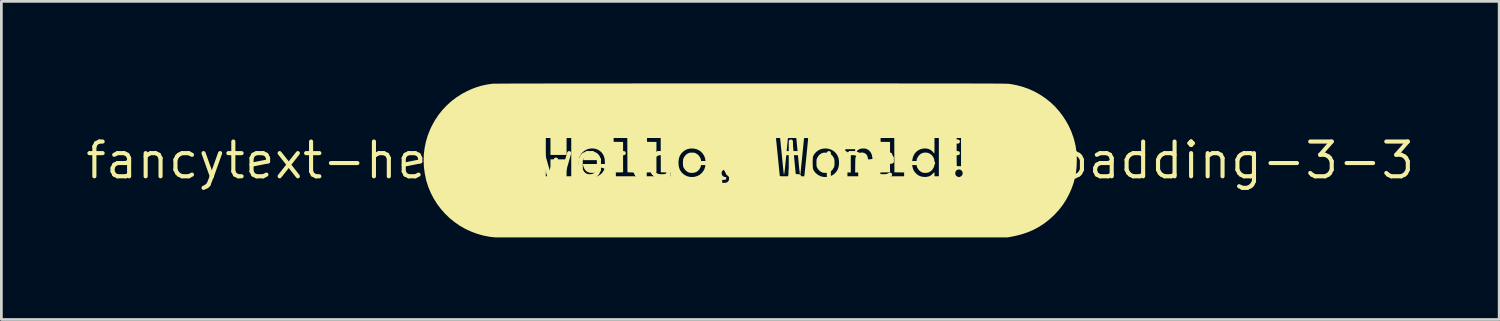
<source format=kicad_pcb>
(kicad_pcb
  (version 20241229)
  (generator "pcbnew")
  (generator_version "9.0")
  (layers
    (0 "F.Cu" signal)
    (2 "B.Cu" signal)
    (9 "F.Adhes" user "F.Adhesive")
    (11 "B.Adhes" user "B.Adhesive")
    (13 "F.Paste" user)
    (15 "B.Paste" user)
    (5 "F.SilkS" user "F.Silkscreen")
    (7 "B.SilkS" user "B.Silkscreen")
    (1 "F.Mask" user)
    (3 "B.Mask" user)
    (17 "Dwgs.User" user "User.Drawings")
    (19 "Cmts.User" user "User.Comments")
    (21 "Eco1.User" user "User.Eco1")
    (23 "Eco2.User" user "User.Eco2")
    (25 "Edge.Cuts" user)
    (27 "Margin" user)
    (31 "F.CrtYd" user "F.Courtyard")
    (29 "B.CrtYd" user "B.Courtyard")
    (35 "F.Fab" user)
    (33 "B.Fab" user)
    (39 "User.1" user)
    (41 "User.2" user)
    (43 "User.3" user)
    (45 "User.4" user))
  (footprint "fancytext-hello-world-outline-fill-padding-3-3"
    (layer "F.Cu")
    (at 24.379 2.815)
    (property "Reference" "fancytext-hello-world-outline-fill-padding-3-3" (at 0 0 0) (layer "F.SilkS") (effects (font (size 1.27 1.27) (thickness 0.15))))
    (attr board_only exclude_from_pos_files exclude_from_bom)
    (fp_poly (pts (xy -6.105 -0.033) (xy -6.101 -0.054) (xy -6.089 -0.085) (xy -6.074 -0.119) (xy -6.033 -0.181) (xy -5.981 -0.229) (xy -5.92 -0.263) (xy -5.853 -0.284) (xy -5.784 -0.29) (xy -5.715 -0.283) (xy -5.65 -0.262) (xy -5.59 -0.227) (xy -5.539 -0.178) (xy -5.499 -0.116) (xy -5.499 -0.115) (xy -5.485 -0.081) (xy -5.477 -0.051) (xy -5.475 -0.037) (xy -5.475 -0.01) (xy -5.79 -0.01) (xy -6.105 -0.01) (xy -6.105 -0.033)) (stroke (width 0) (type solid)) (fill yes) (layer "F.SilkS"))
    (fp_poly (pts (xy 6.31 0.447) (xy 6.237 0.414) (xy 6.179 0.369) (xy 6.132 0.31) (xy 6.108 0.265) (xy 6.096 0.238) (xy 6.088 0.213) (xy 6.083 0.187) (xy 6.081 0.153) (xy 6.08 0.107) (xy 6.08 0.085) (xy 6.08 0.033) (xy 6.082 -0.004) (xy 6.085 -0.032) (xy 6.092 -0.055) (xy 6.102 -0.081) (xy 6.112 -0.101) (xy 6.157 -0.172) (xy 6.213 -0.226) (xy 6.279 -0.265) (xy 6.289 -0.269) (xy 6.366 -0.287) (xy 6.442 -0.287) (xy 6.515 -0.27) (xy 6.582 -0.236) (xy 6.641 -0.187) (xy 6.687 -0.124) (xy 6.701 -0.098) (xy 6.713 -0.069) (xy 6.722 -0.045) (xy 6.727 -0.018) (xy 6.729 0.015) (xy 6.73 0.06) (xy 6.73 0.085) (xy 6.73 0.138) (xy 6.728 0.176) (xy 6.724 0.205) (xy 6.717 0.229) (xy 6.707 0.254) (xy 6.704 0.261) (xy 6.66 0.334) (xy 6.606 0.39) (xy 6.541 0.43) (xy 6.466 0.452) (xy 6.422 0.456) (xy 6.373 0.456) (xy 6.33 0.452) (xy 6.31 0.447)) (stroke (width 0) (type solid)) (fill yes) (layer "F.SilkS"))
    (fp_poly (pts (xy -2.232 0.446) (xy -2.305 0.413) (xy -2.366 0.363) (xy -2.417 0.297) (xy -2.432 0.27) (xy -2.444 0.246) (xy -2.452 0.224) (xy -2.456 0.2) (xy -2.459 0.169) (xy -2.46 0.127) (xy -2.46 0.09) (xy -2.46 0.036) (xy -2.458 -0.003) (xy -2.455 -0.032) (xy -2.449 -0.056) (xy -2.439 -0.079) (xy -2.434 -0.091) (xy -2.39 -0.164) (xy -2.334 -0.221) (xy -2.277 -0.257) (xy -2.245 -0.271) (xy -2.217 -0.28) (xy -2.185 -0.284) (xy -2.141 -0.285) (xy -2.13 -0.285) (xy -2.081 -0.284) (xy -2.045 -0.28) (xy -2.017 -0.272) (xy -1.994 -0.262) (xy -1.924 -0.218) (xy -1.869 -0.162) (xy -1.833 -0.102) (xy -1.819 -0.073) (xy -1.81 -0.049) (xy -1.804 -0.024) (xy -1.801 0.006) (xy -1.8 0.046) (xy -1.8 0.085) (xy -1.8 0.138) (xy -1.802 0.176) (xy -1.806 0.204) (xy -1.813 0.229) (xy -1.823 0.254) (xy -1.826 0.261) (xy -1.869 0.334) (xy -1.923 0.389) (xy -1.987 0.428) (xy -2.062 0.45) (xy -2.112 0.456) (xy -2.172 0.456) (xy -2.221 0.449) (xy -2.232 0.446)) (stroke (width 0) (type solid)) (fill yes) (layer "F.SilkS"))
    (fp_poly (pts (xy 2.648 0.446) (xy 2.575 0.413) (xy 2.514 0.363) (xy 2.463 0.297) (xy 2.448 0.27) (xy 2.436 0.246) (xy 2.428 0.224) (xy 2.424 0.2) (xy 2.421 0.169) (xy 2.42 0.127) (xy 2.42 0.09) (xy 2.42 0.036) (xy 2.422 -0.003) (xy 2.425 -0.032) (xy 2.431 -0.056) (xy 2.441 -0.079) (xy 2.446 -0.091) (xy 2.49 -0.164) (xy 2.546 -0.221) (xy 2.603 -0.257) (xy 2.635 -0.271) (xy 2.663 -0.28) (xy 2.695 -0.284) (xy 2.739 -0.285) (xy 2.75 -0.285) (xy 2.799 -0.284) (xy 2.835 -0.28) (xy 2.863 -0.272) (xy 2.886 -0.262) (xy 2.956 -0.218) (xy 3.011 -0.162) (xy 3.047 -0.102) (xy 3.061 -0.073) (xy 3.07 -0.049) (xy 3.076 -0.024) (xy 3.079 0.006) (xy 3.08 0.046) (xy 3.08 0.085) (xy 3.08 0.138) (xy 3.078 0.176) (xy 3.074 0.204) (xy 3.067 0.229) (xy 3.057 0.254) (xy 3.054 0.261) (xy 3.011 0.334) (xy 2.957 0.389) (xy 2.893 0.428) (xy 2.818 0.45) (xy 2.768 0.456) (xy 2.708 0.456) (xy 2.659 0.449) (xy 2.648 0.446)) (stroke (width 0) (type solid)) (fill yes) (layer "F.SilkS"))
    (fp_poly (pts (xy 1.513 -2.815) (xy 1.976 -2.815) (xy 2.421 -2.815) (xy 2.847 -2.815) (xy 3.256 -2.815) (xy 3.647 -2.815) (xy 4.021 -2.815) (xy 4.379 -2.815) (xy 4.72 -2.815) (xy 5.046 -2.815) (xy 5.357 -2.815) (xy 5.652 -2.814) (xy 5.933 -2.814) (xy 6.199 -2.814) (xy 6.451 -2.814) (xy 6.69 -2.814) (xy 6.916 -2.814) (xy 7.129 -2.814) (xy 7.33 -2.813) (xy 7.519 -2.813) (xy 7.696 -2.813) (xy 7.862 -2.813) (xy 8.017 -2.813) (xy 8.161 -2.812) (xy 8.296 -2.812) (xy 8.421 -2.812) (xy 8.536 -2.811) (xy 8.643 -2.811) (xy 8.741 -2.811) (xy 8.83 -2.81) (xy 8.912 -2.81) (xy 8.987 -2.809) (xy 9.055 -2.809) (xy 9.116 -2.808) (xy 9.17 -2.808) (xy 9.219 -2.807) (xy 9.262 -2.807) (xy 9.3 -2.806) (xy 9.334 -2.805) (xy 9.363 -2.804) (xy 9.388 -2.804) (xy 9.41 -2.803) (xy 9.428 -2.802) (xy 9.443 -2.801) (xy 9.456 -2.801) (xy 9.467 -2.8) (xy 9.476 -2.799) (xy 9.484 -2.798) (xy 9.49 -2.797) (xy 9.732 -2.752) (xy 9.962 -2.691) (xy 10.181 -2.613) (xy 10.39 -2.519) (xy 10.591 -2.407) (xy 10.784 -2.278) (xy 10.969 -2.13) (xy 10.97 -2.13) (xy 11.131 -1.979) (xy 11.281 -1.812) (xy 11.419 -1.633) (xy 11.543 -1.443) (xy 11.652 -1.244) (xy 11.744 -1.039) (xy 11.818 -0.829) (xy 11.834 -0.775) (xy 11.872 -0.627) (xy 11.901 -0.486) (xy 11.921 -0.348) (xy 11.933 -0.205) (xy 11.938 -0.051) (xy 11.938 0) (xy 11.931 0.22) (xy 11.91 0.429) (xy 11.872 0.631) (xy 11.819 0.829) (xy 11.748 1.026) (xy 11.659 1.227) (xy 11.645 1.255) (xy 11.541 1.448) (xy 11.423 1.629) (xy 11.289 1.802) (xy 11.138 1.968) (xy 11.111 1.996) (xy 10.939 2.154) (xy 10.76 2.295) (xy 10.571 2.419) (xy 10.373 2.527) (xy 10.164 2.619) (xy 9.943 2.695) (xy 9.71 2.756) (xy 9.525 2.793) (xy 9.4 2.814) (xy 0.06 2.815) (xy -0.372 2.815) (xy -0.799 2.815) (xy -1.221 2.815) (xy -1.638 2.815) (xy -2.048 2.815) (xy -2.452 2.815) (xy -3.619 2.815) (xy -3.992 2.815) (xy -4.356 2.815) (xy -4.711 2.815) (xy -5.057 2.815) (xy -5.392 2.815) (xy -5.717 2.815) (xy -6.031 2.815) (xy -6.334 2.815) (xy -6.624 2.815) (xy -6.903 2.815) (xy -7.168 2.815) (xy -7.421 2.815) (xy -7.66 2.815) (xy -7.885 2.815) (xy -8.095 2.815) (xy -8.29 2.814) (xy -8.471 2.814) (xy -8.635 2.814) (xy -8.783 2.814) (xy -8.914 2.814) (xy -9.028 2.814) (xy -9.125 2.814) (xy -9.203 2.814) (xy -9.263 2.813) (xy -9.305 2.813) (xy -9.326 2.813) (xy -9.33 2.813) (xy -9.544 2.789) (xy -9.76 2.746) (xy -9.975 2.686) (xy -10.186 2.609) (xy -10.391 2.516) (xy -10.424 2.499) (xy -10.624 2.384) (xy -10.814 2.253) (xy -10.992 2.108) (xy -11.158 1.948) (xy -11.31 1.776) (xy -11.448 1.593) (xy -11.57 1.399) (xy -11.676 1.196) (xy -11.765 0.985) (xy -11.836 0.768) (xy -11.849 0.719) (xy -11.899 0.483) (xy -11.931 0.247) (xy -11.942 0.012) (xy -11.934 -0.222) (xy -11.906 -0.453) (xy -11.859 -0.682) (xy -11.818 -0.82) (xy -7.475 -0.82) (xy -7.475 0.58) (xy -7.305 0.58) (xy -7.305 -0.04) (xy -6.715 -0.04) (xy -6.715 0.58) (xy -6.545 0.58) (xy -6.545 0.07) (xy -6.268 0.07) (xy -6.264 0.171) (xy -6.249 0.258) (xy -6.223 0.333) (xy -6.184 0.401) (xy -6.131 0.465) (xy -6.125 0.471) (xy -6.051 0.532) (xy -5.969 0.575) (xy -5.878 0.601) (xy -5.779 0.608) (xy -5.687 0.6) (xy -5.61 0.583) (xy -5.545 0.557) (xy -5.488 0.521) (xy -5.451 0.49) (xy -5.415 0.452) (xy -5.407 0.44) (xy -5.005 0.44) (xy -5.005 0.58) (xy -4.135 0.58) (xy -4.135 0.44) (xy -3.785 0.44) (xy -3.785 0.58) (xy -2.915 0.58) (xy -2.915 0.44) (xy -3.27 0.435) (xy -3.271 0.085) (xy -2.625 0.085) (xy -2.618 0.19) (xy -2.598 0.282) (xy -2.563 0.362) (xy -2.513 0.434) (xy -2.471 0.477) (xy -2.393 0.536) (xy -2.306 0.578) (xy -2.212 0.602) (xy -2.114 0.607) (xy -2.023 0.596) (xy -1.933 0.569) (xy -1.854 0.528) (xy -1.792 0.477) (xy -1.047 0.477) (xy -1.037 0.521) (xy -1.026 0.543) (xy -0.998 0.575) (xy -0.96 0.598) (xy -0.92 0.608) (xy -0.907 0.608) (xy -0.887 0.609) (xy -0.879 0.621) (xy -0.877 0.633) (xy -0.88 0.663) (xy -0.889 0.686) (xy -0.901 0.7) (xy -0.917 0.707) (xy -0.943 0.71) (xy -0.965 0.71) (xy -1.025 0.71) (xy -1.025 0.82) (xy -0.958 0.82) (xy -0.899 0.816) (xy -0.856 0.803) (xy -0.855 0.802) (xy -0.826 0.782) (xy -0.8 0.754) (xy -0.798 0.751) (xy -0.789 0.736) (xy -0.782 0.72) (xy -0.778 0.7) (xy -0.776 0.671) (xy -0.775 0.63) (xy -0.775 0.573) (xy -0.776 0.506) (xy -0.779 0.455) (xy -0.785 0.418) (xy -0.795 0.391) (xy -0.81 0.371) (xy -0.83 0.354) (xy -0.838 0.35) (xy -0.883 0.333) (xy -0.932 0.333) (xy -0.978 0.348) (xy -1.017 0.378) (xy -1.03 0.394) (xy -1.045 0.432) (xy -1.047 0.477) (xy -1.792 0.477) (xy -1.784 0.471) (xy -1.779 0.466) (xy -1.72 0.395) (xy -1.677 0.317) (xy -1.649 0.229) (xy -1.636 0.13) (xy -1.635 0.085) (xy -1.639 0.002) (xy -1.651 -0.07) (xy -1.673 -0.138) (xy -1.686 -0.166) (xy -1.735 -0.248) (xy -1.799 -0.317) (xy -1.875 -0.371) (xy -1.962 -0.41) (xy -2.059 -0.432) (xy -2.1 -0.437) (xy -2.201 -0.434) (xy -2.296 -0.413) (xy -2.383 -0.374) (xy -2.462 -0.316) (xy -2.476 -0.303) (xy -2.536 -0.235) (xy -2.58 -0.159) (xy -2.608 -0.073) (xy -2.623 0.024) (xy -2.625 0.085) (xy -3.271 0.085) (xy -3.273 -0.193) (xy -3.275 -0.805) (xy 0.94 -0.805) (xy 0.941 -0.802) (xy 0.942 -0.79) (xy 0.945 -0.759) (xy 0.95 -0.711) (xy 0.957 -0.649) (xy 0.965 -0.574) (xy 0.973 -0.487) (xy 0.983 -0.39) (xy 0.994 -0.285) (xy 1.005 -0.173) (xy 1.01 -0.115) (xy 1.022 -0.001) (xy 1.033 0.107) (xy 1.043 0.208) (xy 1.052 0.3) (xy 1.06 0.38) (xy 1.067 0.449) (xy 1.073 0.504) (xy 1.077 0.542) (xy 1.08 0.564) (xy 1.081 0.568) (xy 1.088 0.573) (xy 1.108 0.576) (xy 1.142 0.579) (xy 1.192 0.58) (xy 1.234 0.58) (xy 1.384 0.58) (xy 1.389 0.547) (xy 1.391 0.533) (xy 1.395 0.501) (xy 1.4 0.453) (xy 1.406 0.391) (xy 1.413 0.319) (xy 1.421 0.236) (xy 1.43 0.147) (xy 1.439 0.052) (xy 1.449 -0.045) (xy 1.459 -0.144) (xy 1.468 -0.242) (xy 1.477 -0.337) (xy 1.486 -0.426) (xy 1.494 -0.508) (xy 1.501 -0.581) (xy 1.507 -0.643) (xy 1.511 -0.691) (xy 1.514 -0.723) (xy 1.515 -0.738) (xy 1.515 -0.738) (xy 1.523 -0.749) (xy 1.528 -0.75) (xy 1.533 -0.745) (xy 1.537 -0.729) (xy 1.543 -0.7) (xy 1.549 -0.656) (xy 1.555 -0.597) (xy 1.563 -0.521) (xy 1.57 -0.458) (xy 1.578 -0.373) (xy 1.587 -0.275) (xy 1.598 -0.166) (xy 1.609 -0.054) (xy 1.62 0.058) (xy 1.63 0.163) (xy 1.634 0.205) (xy 1.67 0.575) (xy 1.822 0.578) (xy 1.974 0.581) (xy 1.979 0.548) (xy 1.981 0.532) (xy 1.985 0.498) (xy 1.99 0.449) (xy 1.997 0.386) (xy 2.005 0.311) (xy 2.013 0.228) (xy 2.023 0.136) (xy 2.028 0.085) (xy 2.255 0.085) (xy 2.262 0.19) (xy 2.282 0.282) (xy 2.317 0.362) (xy 2.367 0.434) (xy 2.409 0.477) (xy 2.487 0.536) (xy 2.574 0.578) (xy 2.668 0.602) (xy 2.766 0.607) (xy 2.857 0.596) (xy 2.947 0.569) (xy 3.026 0.528) (xy 3.096 0.471) (xy 3.101 0.466) (xy 3.122 0.44) (xy 3.455 0.44) (xy 3.455 0.58) (xy 4.085 0.58) (xy 4.085 0.44) (xy 4.755 0.44) (xy 4.755 0.58) (xy 5.625 0.58) (xy 5.625 0.44) (xy 5.27 0.435) (xy 5.269 0.088) (xy 5.915 0.088) (xy 5.922 0.19) (xy 5.943 0.287) (xy 5.972 0.36) (xy 6.004 0.412) (xy 6.05 0.465) (xy 6.101 0.513) (xy 6.154 0.549) (xy 6.165 0.555) (xy 6.25 0.588) (xy 6.341 0.604) (xy 6.432 0.603) (xy 6.521 0.586) (xy 6.542 0.579) (xy 6.581 0.56) (xy 6.619 0.534) (xy 6.661 0.495) (xy 6.662 0.493) (xy 6.691 0.465) (xy 6.714 0.443) (xy 6.727 0.431) (xy 6.73 0.43) (xy 6.732 0.439) (xy 6.734 0.463) (xy 6.735 0.498) (xy 6.735 0.505) (xy 6.735 0.58) (xy 6.895 0.58) (xy 6.895 0.463) (xy 7.493 0.463) (xy 7.5 0.515) (xy 7.525 0.558) (xy 7.565 0.589) (xy 7.57 0.591) (xy 7.606 0.605) (xy 7.635 0.609) (xy 7.666 0.601) (xy 7.678 0.596) (xy 7.722 0.568) (xy 7.752 0.529) (xy 7.765 0.481) (xy 7.765 0.472) (xy 7.756 0.418) (xy 7.732 0.376) (xy 7.695 0.346) (xy 7.647 0.331) (xy 7.628 0.33) (xy 7.578 0.339) (xy 7.537 0.364) (xy 7.508 0.402) (xy 7.493 0.45) (xy 7.493 0.463) (xy 6.895 0.463) (xy 6.895 -0.82) (xy 7.545 -0.82) (xy 7.545 -0.312) (xy 7.545 -0.213) (xy 7.545 -0.12) (xy 7.546 -0.035) (xy 7.547 0.04) (xy 7.548 0.103) (xy 7.549 0.152) (xy 7.55 0.186) (xy 7.551 0.202) (xy 7.552 0.203) (xy 7.564 0.207) (xy 7.591 0.209) (xy 7.627 0.21) (xy 7.632 0.21) (xy 7.705 0.21) (xy 7.705 -0.82) (xy 7.545 -0.82) (xy 6.895 -0.82) (xy 6.735 -0.82) (xy 6.735 -0.54) (xy 6.735 -0.457) (xy 6.734 -0.392) (xy 6.734 -0.342) (xy 6.732 -0.307) (xy 6.73 -0.283) (xy 6.727 -0.268) (xy 6.724 -0.261) (xy 6.72 -0.26) (xy 6.707 -0.266) (xy 6.705 -0.27) (xy 6.698 -0.286) (xy 6.678 -0.31) (xy 6.651 -0.337) (xy 6.621 -0.363) (xy 6.591 -0.385) (xy 6.575 -0.395) (xy 6.492 -0.426) (xy 6.405 -0.439) (xy 6.318 -0.435) (xy 6.234 -0.414) (xy 6.154 -0.378) (xy 6.082 -0.328) (xy 6.021 -0.264) (xy 5.981 -0.2) (xy 5.945 -0.112) (xy 5.923 -0.014) (xy 5.915 0.088) (xy 5.269 0.088) (xy 5.267 -0.193) (xy 5.265 -0.82) (xy 4.765 -0.82) (xy 4.765 -0.68) (xy 4.938 -0.678) (xy 5.11 -0.675) (xy 5.11 0.435) (xy 4.755 0.44) (xy 4.085 0.44) (xy 4.085 0.44) (xy 3.834 0.44) (xy 3.837 0.172) (xy 3.838 0.092) (xy 3.839 0.029) (xy 3.84 -0.02) (xy 3.842 -0.057) (xy 3.845 -0.084) (xy 3.849 -0.105) (xy 3.853 -0.122) (xy 3.86 -0.137) (xy 3.863 -0.145) (xy 3.882 -0.18) (xy 3.903 -0.212) (xy 3.913 -0.224) (xy 3.961 -0.261) (xy 4.019 -0.283) (xy 4.082 -0.29) (xy 4.147 -0.279) (xy 4.182 -0.266) (xy 4.23 -0.235) (xy 4.265 -0.194) (xy 4.288 -0.139) (xy 4.297 -0.096) (xy 4.305 -0.057) (xy 4.314 -0.036) (xy 4.32 -0.034) (xy 4.335 -0.037) (xy 4.364 -0.041) (xy 4.4 -0.045) (xy 4.468 -0.053) (xy 4.461 -0.117) (xy 4.444 -0.205) (xy 4.412 -0.28) (xy 4.365 -0.343) (xy 4.305 -0.392) (xy 4.277 -0.407) (xy 4.246 -0.421) (xy 4.218 -0.429) (xy 4.186 -0.434) (xy 4.143 -0.435) (xy 4.129 -0.435) (xy 4.083 -0.434) (xy 4.05 -0.431) (xy 4.022 -0.424) (xy 3.994 -0.412) (xy 3.979 -0.405) (xy 3.935 -0.378) (xy 3.904 -0.347) (xy 3.89 -0.328) (xy 3.867 -0.296) (xy 3.851 -0.282) (xy 3.841 -0.288) (xy 3.836 -0.312) (xy 3.835 -0.345) (xy 3.835 -0.41) (xy 3.475 -0.41) (xy 3.475 -0.27) (xy 3.675 -0.27) (xy 3.675 0.44) (xy 3.455 0.44) (xy 3.122 0.44) (xy 3.16 0.395) (xy 3.203 0.317) (xy 3.231 0.229) (xy 3.244 0.13) (xy 3.245 0.085) (xy 3.241 0.002) (xy 3.229 -0.07) (xy 3.207 -0.138) (xy 3.194 -0.166) (xy 3.145 -0.248) (xy 3.081 -0.317) (xy 3.005 -0.371) (xy 2.918 -0.41) (xy 2.821 -0.432) (xy 2.78 -0.437) (xy 2.679 -0.434) (xy 2.584 -0.413) (xy 2.497 -0.374) (xy 2.418 -0.316) (xy 2.404 -0.303) (xy 2.344 -0.235) (xy 2.3 -0.159) (xy 2.272 -0.073) (xy 2.257 0.024) (xy 2.255 0.085) (xy 2.028 0.085) (xy 2.033 0.04) (xy 2.043 -0.06) (xy 2.053 -0.162) (xy 2.063 -0.262) (xy 2.073 -0.36) (xy 2.082 -0.453) (xy 2.09 -0.539) (xy 2.098 -0.616) (xy 2.104 -0.682) (xy 2.11 -0.736) (xy 2.113 -0.774) (xy 2.115 -0.796) (xy 2.115 -0.799) (xy 2.113 -0.81) (xy 2.106 -0.816) (xy 2.089 -0.819) (xy 2.057 -0.82) (xy 2.04 -0.82) (xy 1.998 -0.819) (xy 1.974 -0.815) (xy 1.965 -0.808) (xy 1.965 -0.807) (xy 1.964 -0.796) (xy 1.961 -0.766) (xy 1.957 -0.719) (xy 1.95 -0.658) (xy 1.943 -0.583) (xy 1.935 -0.497) (xy 1.925 -0.402) (xy 1.914 -0.298) (xy 1.903 -0.189) (xy 1.9 -0.155) (xy 1.889 -0.044) (xy 1.878 0.062) (xy 1.868 0.16) (xy 1.859 0.249) (xy 1.851 0.327) (xy 1.845 0.392) (xy 1.84 0.443) (xy 1.837 0.478) (xy 1.835 0.496) (xy 1.835 0.497) (xy 1.827 0.509) (xy 1.822 0.51) (xy 1.819 0.505) (xy 1.815 0.49) (xy 1.81 0.464) (xy 1.805 0.425) (xy 1.799 0.373) (xy 1.791 0.306) (xy 1.783 0.224) (xy 1.773 0.125) (xy 1.762 0.007) (xy 1.751 -0.102) (xy 1.741 -0.213) (xy 1.731 -0.318) (xy 1.722 -0.417) (xy 1.713 -0.508) (xy 1.705 -0.588) (xy 1.699 -0.656) (xy 1.694 -0.71) (xy 1.69 -0.748) (xy 1.688 -0.767) (xy 1.688 -0.767) (xy 1.682 -0.82) (xy 1.529 -0.82) (xy 1.466 -0.82) (xy 1.422 -0.818) (xy 1.393 -0.816) (xy 1.378 -0.812) (xy 1.374 -0.807) (xy 1.373 -0.796) (xy 1.371 -0.766) (xy 1.366 -0.719) (xy 1.36 -0.657) (xy 1.353 -0.583) (xy 1.345 -0.497) (xy 1.336 -0.401) (xy 1.326 -0.297) (xy 1.316 -0.187) (xy 1.312 -0.146) (xy 1.298 -0.006) (xy 1.286 0.114) (xy 1.276 0.216) (xy 1.267 0.302) (xy 1.259 0.371) (xy 1.252 0.425) (xy 1.246 0.465) (xy 1.241 0.491) (xy 1.236 0.506) (xy 1.232 0.509) (xy 1.228 0.501) (xy 1.224 0.484) (xy 1.222 0.473) (xy 1.22 0.456) (xy 1.216 0.422) (xy 1.211 0.371) (xy 1.204 0.306) (xy 1.196 0.228) (xy 1.187 0.139) (xy 1.177 0.041) (xy 1.167 -0.064) (xy 1.156 -0.174) (xy 1.154 -0.193) (xy 1.091 -0.82) (xy 1.014 -0.82) (xy 0.975 -0.82) (xy 0.952 -0.817) (xy 0.942 -0.813) (xy 0.94 -0.805) (xy -3.275 -0.805) (xy -3.275 -0.82) (xy -3.775 -0.82) (xy -3.775 -0.68) (xy -3.603 -0.678) (xy -3.43 -0.675) (xy -3.43 0.435) (xy -3.785 0.44) (xy -4.135 0.44) (xy -4.49 0.435) (xy -4.493 -0.193) (xy -4.495 -0.82) (xy -4.995 -0.82) (xy -4.995 -0.68) (xy -4.822 -0.678) (xy -4.65 -0.675) (xy -4.65 0.435) (xy -5.005 0.44) (xy -5.407 0.44) (xy -5.383 0.41) (xy -5.357 0.368) (xy -5.34 0.332) (xy -5.335 0.309) (xy -5.342 0.297) (xy -5.365 0.286) (xy -5.4 0.276) (xy -5.433 0.268) (xy -5.458 0.262) (xy -5.469 0.26) (xy -5.476 0.268) (xy -5.489 0.289) (xy -5.499 0.307) (xy -5.535 0.363) (xy -5.58 0.404) (xy -5.63 0.432) (xy -5.681 0.448) (xy -5.744 0.456) (xy -5.811 0.456) (xy -5.874 0.448) (xy -5.928 0.433) (xy -5.933 0.431) (xy -5.996 0.392) (xy -6.046 0.338) (xy -6.084 0.27) (xy -6.108 0.189) (xy -6.111 0.172) (xy -6.118 0.13) (xy -5.315 0.13) (xy -5.315 0.047) (xy -5.324 -0.056) (xy -5.349 -0.149) (xy -5.39 -0.232) (xy -5.447 -0.304) (xy -5.519 -0.362) (xy -5.56 -0.387) (xy -5.647 -0.421) (xy -5.737 -0.438) (xy -5.829 -0.437) (xy -5.919 -0.42) (xy -6.004 -0.388) (xy -6.082 -0.34) (xy -6.15 -0.279) (xy -6.195 -0.22) (xy -6.229 -0.157) (xy -6.251 -0.091) (xy -6.264 -0.017) (xy -6.268 0.07) (xy -6.545 0.07) (xy -6.545 -0.82) (xy -6.715 -0.82) (xy -6.715 -0.2) (xy -7.305 -0.2) (xy -7.305 -0.82) (xy -7.475 -0.82) (xy -11.818 -0.82) (xy -11.792 -0.907) (xy -11.706 -1.127) (xy -11.644 -1.26) (xy -11.528 -1.468) (xy -11.398 -1.664) (xy -11.252 -1.847) (xy -11.091 -2.017) (xy -10.917 -2.173) (xy -10.729 -2.314) (xy -10.529 -2.441) (xy -10.37 -2.525) (xy -10.192 -2.607) (xy -10.016 -2.674) (xy -9.838 -2.728) (xy -9.652 -2.77) (xy -9.453 -2.801) (xy -9.45 -2.802) (xy -9.441 -2.803) (xy -9.427 -2.803) (xy -9.407 -2.804) (xy -9.38 -2.805) (xy -9.346 -2.805) (xy -9.305 -2.806) (xy -9.257 -2.807) (xy -9.201 -2.807) (xy -9.137 -2.808) (xy -9.064 -2.808) (xy -8.982 -2.809) (xy -8.891 -2.809) (xy -8.791 -2.81) (xy -8.68 -2.81) (xy -8.56 -2.81) (xy -8.429 -2.811) (xy -8.287 -2.811) (xy -8.133 -2.812) (xy -7.969 -2.812) (xy -7.792 -2.812) (xy -7.602 -2.812) (xy -7.401 -2.813) (xy -7.186 -2.813) (xy -6.958 -2.813) (xy -6.716 -2.813) (xy -6.46 -2.814) (xy -6.19 -2.814) (xy -5.905 -2.814) (xy -5.605 -2.814) (xy -5.289 -2.814) (xy -4.958 -2.814) (xy -4.611 -2.814) (xy -4.247 -2.815) (xy -3.867 -2.815) (xy -3.469 -2.815) (xy -3.054 -2.815) (xy -2.621 -2.815) (xy -2.17 -2.815) (xy -1.7 -2.815) (xy -1.212 -2.815) (xy -0.704 -2.815) (xy -0.177 -2.815) (xy 1.032 -2.815)) (stroke (width 0) (type solid)) (fill yes) (layer "F.SilkS")))
  (gr_rect
    (start -3 -3)
    (end 51.758 8.63)
    (stroke (width 0.1) (type default))
    (fill no)
    (layer "Edge.Cuts")))
</source>
